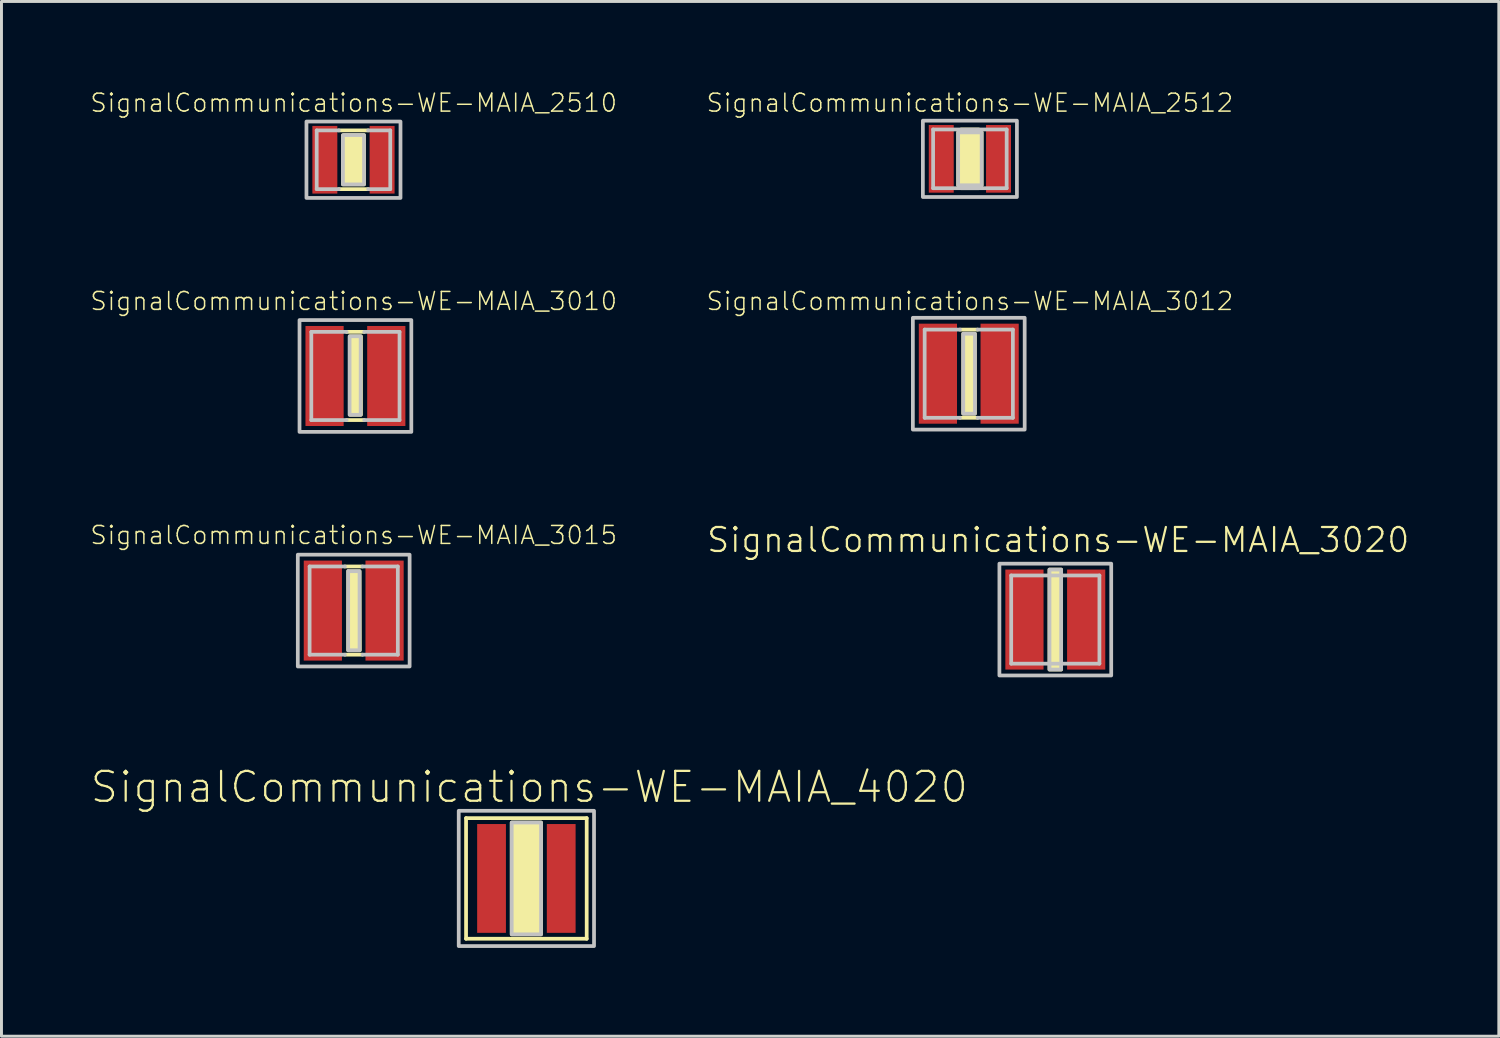
<source format=kicad_pcb>
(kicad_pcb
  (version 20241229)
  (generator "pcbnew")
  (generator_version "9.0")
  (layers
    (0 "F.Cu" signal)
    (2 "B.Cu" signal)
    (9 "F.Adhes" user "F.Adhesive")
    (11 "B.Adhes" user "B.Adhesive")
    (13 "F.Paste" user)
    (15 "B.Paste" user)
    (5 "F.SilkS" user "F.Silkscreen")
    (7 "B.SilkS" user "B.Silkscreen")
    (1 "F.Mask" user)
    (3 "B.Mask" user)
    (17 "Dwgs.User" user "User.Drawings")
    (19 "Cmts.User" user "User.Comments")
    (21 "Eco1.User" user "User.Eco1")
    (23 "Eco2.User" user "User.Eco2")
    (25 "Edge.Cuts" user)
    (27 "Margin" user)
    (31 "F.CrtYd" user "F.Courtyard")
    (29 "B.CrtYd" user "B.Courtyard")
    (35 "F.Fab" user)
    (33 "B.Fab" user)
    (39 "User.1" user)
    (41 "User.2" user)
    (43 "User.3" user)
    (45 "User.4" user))
  (footprint "SignalCommunications-WE-MAIA_3010"
    (layer "F.Cu")
    (at 9.029 9.728)
    (property "Reference" "SignalCommunications-WE-MAIA_3010" (at -0.058 -2.543 0) (layer "F.SilkS") (effects (font (size 0.61 0.61) (thickness 0.051))))
    (attr smd)
    (fp_line (start -0.3 -1.499) (end 0.3 -1.499) (stroke (width 0.127) (type solid)) (layer "F.SilkS"))
    (fp_line (start -0.3 1.499) (end 0.3 1.499) (stroke (width 0.127) (type solid)) (layer "F.SilkS"))
    (fp_poly (pts (xy -0.178 -1.349) (xy 0.188 -1.349) (xy 0.188 1.318) (xy -0.188 1.318) (xy -0.188 -1.349) (xy -0.178 -1.349)) (stroke (width 0.127) (type solid)) (fill yes) (layer "F.SilkS"))
    (fp_line (start -1.499 1.499) (end -1.499 -1.499) (stroke (width 0.127) (type solid)) (layer "Dwgs.User"))
    (fp_line (start -0.3 -1.499) (end -1.499 -1.499) (stroke (width 0.127) (type solid)) (layer "Dwgs.User"))
    (fp_line (start -0.3 1.499) (end -1.499 1.499) (stroke (width 0.127) (type solid)) (layer "Dwgs.User"))
    (fp_line (start 1.499 -1.499) (end 0.3 -1.499) (stroke (width 0.127) (type solid)) (layer "Dwgs.User"))
    (fp_line (start 1.499 -1.499) (end 1.499 1.499) (stroke (width 0.127) (type solid)) (layer "Dwgs.User"))
    (fp_line (start 1.499 1.499) (end 0.3 1.499) (stroke (width 0.127) (type solid)) (layer "Dwgs.User"))
    (fp_poly (pts (xy -1.9 -1.9) (xy 1.9 -1.9) (xy 1.9 1.9) (xy -1.9 1.9) (xy -1.9 -1.9)) (stroke (width 0.127) (type solid)) (fill no) (layer "Dwgs.User"))
    (fp_poly (pts (xy -0.188 -1.349) (xy 0.178 -1.349) (xy 0.178 1.318) (xy -0.198 1.318) (xy -0.198 -1.349) (xy -0.188 -1.349)) (stroke (width 0.127) (type solid)) (fill no) (layer "Dwgs.User"))
    (pad "1" smd rect (at -1.049 0) (size 1.298 3.399) (layers "F.Cu" "F.Mask" "F.Paste"))
    (pad "2" smd rect (at 1.049 0) (size 1.298 3.399) (layers "F.Cu" "F.Mask" "F.Paste")))
  (footprint "SignalCommunications-WE-MAIA_2510"
    (layer "F.Cu")
    (at 8.963 2.379)
    (property "Reference" "SignalCommunications-WE-MAIA_2510" (at 0.008 -1.933 0) (layer "F.SilkS") (effects (font (size 0.61 0.61) (thickness 0.051))))
    (attr smd)
    (fp_line (start -0.498 -0.998) (end 0.498 -0.998) (stroke (width 0.127) (type solid)) (layer "F.SilkS"))
    (fp_line (start -0.498 0.998) (end 0.498 0.998) (stroke (width 0.127) (type solid)) (layer "F.SilkS"))
    (fp_poly (pts (xy -0.328 -0.838) (xy 0.358 -0.838) (xy 0.358 0.838) (xy -0.358 0.838) (xy -0.358 -0.828) (xy -0.328 -0.838)) (stroke (width 0.127) (type solid)) (fill yes) (layer "F.SilkS"))
    (fp_line (start -1.25 0.998) (end -1.25 -0.998) (stroke (width 0.127) (type solid)) (layer "Dwgs.User"))
    (fp_line (start -0.498 -0.998) (end -1.25 -0.998) (stroke (width 0.127) (type solid)) (layer "Dwgs.User"))
    (fp_line (start -0.498 0.998) (end -1.25 0.998) (stroke (width 0.127) (type solid)) (layer "Dwgs.User"))
    (fp_line (start 1.25 -0.998) (end 0.498 -0.998) (stroke (width 0.127) (type solid)) (layer "Dwgs.User"))
    (fp_line (start 1.25 -0.998) (end 1.25 0.998) (stroke (width 0.127) (type solid)) (layer "Dwgs.User"))
    (fp_line (start 1.25 0.998) (end 0.498 0.998) (stroke (width 0.127) (type solid)) (layer "Dwgs.User"))
    (fp_poly (pts (xy -1.598 -1.298) (xy 1.598 -1.298) (xy 1.598 1.298) (xy -1.598 1.298) (xy -1.598 -1.298)) (stroke (width 0.127) (type solid)) (fill no) (layer "Dwgs.User"))
    (fp_poly (pts (xy -0.358 -0.838) (xy 0.358 -0.838) (xy 0.358 0.838) (xy -0.358 0.838) (xy -0.358 -0.838)) (stroke (width 0.127) (type solid)) (fill no) (layer "Dwgs.User"))
    (pad "1" smd rect (at -0.973 0) (size 0.848 2.299) (layers "F.Cu" "F.Mask" "F.Paste"))
    (pad "2" smd rect (at 0.973 0) (size 0.848 2.299) (layers "F.Cu" "F.Mask" "F.Paste")))
  (footprint "SignalCommunications-WE-MAIA_3012"
    (layer "F.Cu")
    (at 29.874 9.65)
    (property "Reference" "SignalCommunications-WE-MAIA_3012" (at 0.038 -2.464 0) (layer "F.SilkS") (effects (font (size 0.61 0.61) (thickness 0.051))))
    (attr smd)
    (fp_line (start -0.3 -1.499) (end 0.3 -1.499) (stroke (width 0.127) (type solid)) (layer "F.SilkS"))
    (fp_line (start -0.3 1.499) (end 0.3 1.499) (stroke (width 0.127) (type solid)) (layer "F.SilkS"))
    (fp_poly (pts (xy -0.188 -1.359) (xy 0.208 -1.359) (xy 0.208 1.359) (xy -0.188 1.359) (xy -0.188 -1.359)) (stroke (width 0.127) (type solid)) (fill yes) (layer "F.SilkS"))
    (fp_line (start -1.499 1.499) (end -1.499 -1.499) (stroke (width 0.127) (type solid)) (layer "Dwgs.User"))
    (fp_line (start -0.3 -1.499) (end -1.499 -1.499) (stroke (width 0.127) (type solid)) (layer "Dwgs.User"))
    (fp_line (start -0.3 1.499) (end -1.499 1.499) (stroke (width 0.127) (type solid)) (layer "Dwgs.User"))
    (fp_line (start 1.499 -1.499) (end 0.3 -1.499) (stroke (width 0.127) (type solid)) (layer "Dwgs.User"))
    (fp_line (start 1.499 -1.499) (end 1.499 1.499) (stroke (width 0.127) (type solid)) (layer "Dwgs.User"))
    (fp_line (start 1.499 1.499) (end 0.3 1.499) (stroke (width 0.127) (type solid)) (layer "Dwgs.User"))
    (fp_poly (pts (xy -1.9 -1.9) (xy 1.9 -1.9) (xy 1.9 1.9) (xy -1.9 1.9) (xy -1.9 -1.9)) (stroke (width 0.127) (type solid)) (fill no) (layer "Dwgs.User"))
    (fp_poly (pts (xy -0.188 -1.359) (xy 0.208 -1.359) (xy 0.208 1.359) (xy -0.188 1.359) (xy -0.188 -1.359)) (stroke (width 0.127) (type solid)) (fill no) (layer "Dwgs.User"))
    (pad "1" smd rect (at -1.049 0) (size 1.298 3.399) (layers "F.Cu" "F.Mask" "F.Paste"))
    (pad "2" smd rect (at 1.049 0) (size 1.298 3.399) (layers "F.Cu" "F.Mask" "F.Paste")))
  (footprint "SignalCommunications-WE-MAIA_2512"
    (layer "F.Cu")
    (at 29.912 2.348)
    (property "Reference" "SignalCommunications-WE-MAIA_2512" (at 0 -1.902 0) (layer "F.SilkS") (effects (font (size 0.61 0.61) (thickness 0.051))))
    (attr smd)
    (fp_line (start -0.3 -0.998) (end 0.3 -0.998) (stroke (width 0.127) (type solid)) (layer "F.SilkS"))
    (fp_line (start -0.3 0.998) (end 0.3 0.998) (stroke (width 0.127) (type solid)) (layer "F.SilkS"))
    (fp_poly (pts (xy -0.399 -0.899) (xy 0.399 -0.899) (xy 0.399 0.899) (xy -0.399 0.899) (xy -0.399 -0.899)) (stroke (width 0.127) (type solid)) (fill yes) (layer "F.SilkS"))
    (fp_line (start -1.25 -0.998) (end 1.25 -0.998) (stroke (width 0.127) (type solid)) (layer "Dwgs.User"))
    (fp_line (start -1.25 0.998) (end -1.25 -0.998) (stroke (width 0.127) (type solid)) (layer "Dwgs.User"))
    (fp_line (start 1.25 -0.998) (end 1.25 0.998) (stroke (width 0.127) (type solid)) (layer "Dwgs.User"))
    (fp_line (start 1.25 0.998) (end -1.25 0.998) (stroke (width 0.127) (type solid)) (layer "Dwgs.User"))
    (fp_poly (pts (xy -1.598 -1.298) (xy 1.598 -1.298) (xy 1.598 1.298) (xy -1.598 1.298) (xy -1.598 -1.298)) (stroke (width 0.127) (type solid)) (fill no) (layer "Dwgs.User"))
    (fp_poly (pts (xy -0.399 -0.899) (xy 0.399 -0.899) (xy 0.399 0.899) (xy -0.399 0.899) (xy -0.399 -0.899)) (stroke (width 0.127) (type solid)) (fill no) (layer "Dwgs.User"))
    (pad "1" smd rect (at -0.973 0 90) (size 2.299 0.848) (layers "F.Cu" "F.Mask" "F.Paste"))
    (pad "2" smd rect (at 0.973 0 90) (size 2.299 0.848) (layers "F.Cu" "F.Mask" "F.Paste")))
  (footprint "SignalCommunications-WE-MAIA_3020"
    (layer "F.Cu")
    (at 32.815 18.006)
    (property "Reference" "SignalCommunications-WE-MAIA_3020" (at 0.099 -2.705 0) (layer "F.SilkS") (effects (font (size 0.813 0.813) (thickness 0.076))))
    (attr smd)
    (fp_poly (pts (xy -0.198 -1.699) (xy 0.198 -1.699) (xy 0.198 1.699) (xy -0.198 1.699) (xy -0.198 -1.699)) (stroke (width 0.127) (type solid)) (fill yes) (layer "F.SilkS"))
    (fp_line (start -1.499 -1.499) (end 1.499 -1.499) (stroke (width 0.127) (type solid)) (layer "Dwgs.User"))
    (fp_line (start -1.499 1.499) (end -1.499 -1.499) (stroke (width 0.127) (type solid)) (layer "Dwgs.User"))
    (fp_line (start 1.499 -1.499) (end 1.499 1.499) (stroke (width 0.127) (type solid)) (layer "Dwgs.User"))
    (fp_line (start 1.499 1.499) (end -1.499 1.499) (stroke (width 0.127) (type solid)) (layer "Dwgs.User"))
    (fp_poly (pts (xy -1.9 -1.9) (xy 1.9 -1.9) (xy 1.9 1.9) (xy -1.9 1.9) (xy -1.9 -1.9)) (stroke (width 0.127) (type solid)) (fill no) (layer "Dwgs.User"))
    (fp_poly (pts (xy -0.198 -1.699) (xy 0.198 -1.699) (xy 0.198 1.699) (xy -0.198 1.699) (xy -0.198 -1.699)) (stroke (width 0.127) (type solid)) (fill no) (layer "Dwgs.User"))
    (pad "1" smd rect (at -1.049 0 90) (size 3.399 1.298) (layers "F.Cu" "F.Mask" "F.Paste"))
    (pad "2" smd rect (at 1.049 0 90) (size 3.399 1.298) (layers "F.Cu" "F.Mask" "F.Paste")))
  (footprint "SignalCommunications-WE-MAIA_3015"
    (layer "F.Cu")
    (at 8.971 17.701)
    (property "Reference" "SignalCommunications-WE-MAIA_3015" (at 0 -2.563 0) (layer "F.SilkS") (effects (font (size 0.61 0.61) (thickness 0.051))))
    (attr smd)
    (fp_line (start -0.3 -1.499) (end 0.3 -1.499) (stroke (width 0.127) (type solid)) (layer "F.SilkS"))
    (fp_line (start -0.3 1.499) (end 0.3 1.499) (stroke (width 0.127) (type solid)) (layer "F.SilkS"))
    (fp_poly (pts (xy -0.188 -1.339) (xy 0.198 -1.339) (xy 0.208 1.349) (xy -0.188 1.349) (xy -0.188 -1.339)) (stroke (width 0.127) (type solid)) (fill yes) (layer "F.SilkS"))
    (fp_line (start -1.499 1.499) (end -1.499 -1.499) (stroke (width 0.127) (type solid)) (layer "Dwgs.User"))
    (fp_line (start -0.3 -1.499) (end -1.499 -1.499) (stroke (width 0.127) (type solid)) (layer "Dwgs.User"))
    (fp_line (start -0.3 1.499) (end -1.499 1.499) (stroke (width 0.127) (type solid)) (layer "Dwgs.User"))
    (fp_line (start 1.499 -1.499) (end 0.3 -1.499) (stroke (width 0.127) (type solid)) (layer "Dwgs.User"))
    (fp_line (start 1.499 -1.499) (end 1.499 1.499) (stroke (width 0.127) (type solid)) (layer "Dwgs.User"))
    (fp_line (start 1.499 1.499) (end 0.3 1.499) (stroke (width 0.127) (type solid)) (layer "Dwgs.User"))
    (fp_poly (pts (xy -1.9 -1.9) (xy 1.9 -1.9) (xy 1.9 1.9) (xy -1.9 1.9) (xy -1.9 -1.9)) (stroke (width 0.127) (type solid)) (fill no) (layer "Dwgs.User"))
    (fp_poly (pts (xy -0.168 -1.339) (xy 0.198 -1.339) (xy 0.198 1.349) (xy -0.188 1.349) (xy -0.188 -1.349) (xy -0.168 -1.339)) (stroke (width 0.127) (type solid)) (fill no) (layer "Dwgs.User"))
    (pad "1" smd rect (at -1.049 0) (size 1.298 3.399) (layers "F.Cu" "F.Mask" "F.Paste"))
    (pad "2" smd rect (at 1.049 0) (size 1.298 3.399) (layers "F.Cu" "F.Mask" "F.Paste")))
  (footprint "SignalCommunications-WE-MAIA_4020"
    (layer "F.Cu")
    (at 14.839 26.804)
    (property "Reference" "SignalCommunications-WE-MAIA_4020" (at 0.099 -3.106 0) (layer "F.SilkS") (effects (font (size 1.016 1.016) (thickness 0.076))))
    (attr smd)
    (fp_line (start -2.05 -2.05) (end 2.05 -2.05) (stroke (width 0.127) (type solid)) (layer "F.SilkS"))
    (fp_line (start -2.05 2.05) (end -2.05 -2.05) (stroke (width 0.127) (type solid)) (layer "F.SilkS"))
    (fp_line (start 2.05 -2.05) (end 2.05 2.05) (stroke (width 0.127) (type solid)) (layer "F.SilkS"))
    (fp_line (start 2.05 2.05) (end -2.05 2.05) (stroke (width 0.127) (type solid)) (layer "F.SilkS"))
    (fp_poly (pts (xy -0.498 -1.9) (xy 0.498 -1.9) (xy 0.498 1.9) (xy -0.498 1.9) (xy -0.498 -1.9)) (stroke (width 0.127) (type solid)) (fill yes) (layer "F.SilkS"))
    (fp_poly (pts (xy -2.299 -2.299) (xy 2.299 -2.299) (xy 2.299 2.299) (xy -2.299 2.299) (xy -2.299 -2.299)) (stroke (width 0.127) (type solid)) (fill no) (layer "Dwgs.User"))
    (fp_poly (pts (xy -0.498 -1.9) (xy 0.498 -1.9) (xy 0.498 1.9) (xy -0.498 1.9) (xy -0.498 -1.9)) (stroke (width 0.127) (type solid)) (fill no) (layer "Dwgs.User"))
    (pad "1" smd rect (at -1.184 0 90) (size 3.698 0.978) (layers "F.Cu" "F.Mask" "F.Paste"))
    (pad "2" smd rect (at 1.184 0 90) (size 3.698 0.978) (layers "F.Cu" "F.Mask" "F.Paste")))
  (gr_rect
    (start -3 -3)
    (end 47.888 32.166)
    (stroke (width 0.1) (type default))
    (fill no)
    (layer "Edge.Cuts")))
</source>
